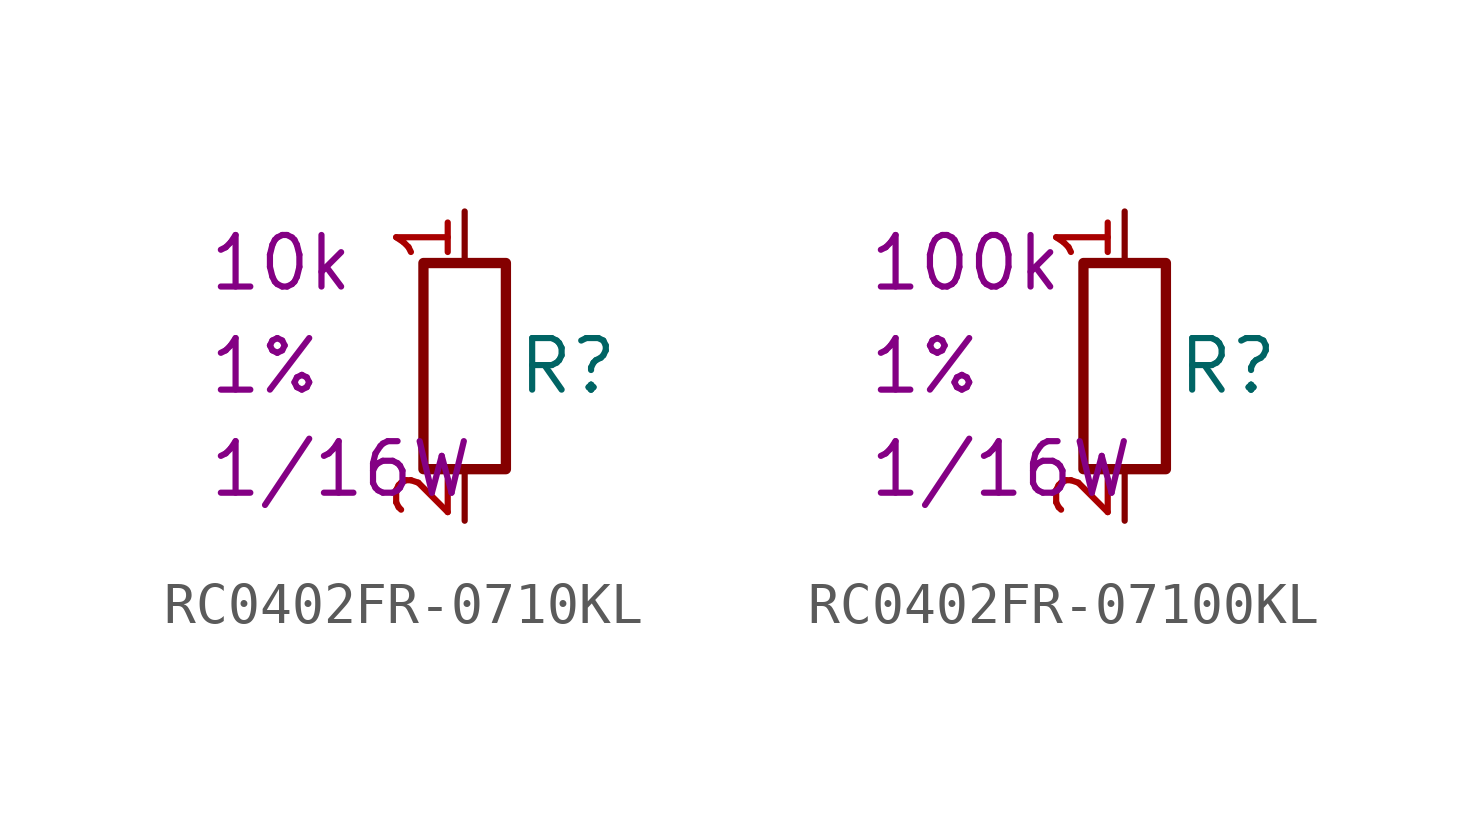
<source format=kicad_sym>
(kicad_symbol_lib
  (version 20231120)
  (generator "kicad_symbol_editor")
  (generator_version "8.0")
  (symbol "RC0402FR-0710KL"
    (property "Reference" "R"
      (at 2.54 0 0)
      (effects (font (size 1.27 1.27))))
    (property "Resistance" "10k"
      (at -6.35 2.54 0)
      (effects (font (size 1.27 1.27)) (justify left)))
    (property "Tolerance" "1%"
      (at -6.35 0 0)
      (effects (font (size 1.27 1.27)) (justify left)))
    (property "Power" "1/16W"
      (at -6.35 -2.54 0)
      (effects (font (size 1.27 1.27)) (justify left)))
    (symbol "RC0402FR-0710KL_0_1"
      (rectangle (start -1.016 -2.54) (end 1.016 2.54) (stroke (width 0.254) (type default)) (fill (type none))))
    (symbol "RC0402FR-0710KL_1_1"
      (pin unspecified line (at 0 3.81 270) (length 1.27) (name "~" (effects (font (size 1.27 1.27)))) (number "1" (effects (font (size 1.27 1.27)))))
      (pin unspecified line (at 0 -3.81 90) (length 1.27) (name "~" (effects (font (size 1.27 1.27)))) (number "2" (effects (font (size 1.27 1.27)))))))
  (symbol "RC0402FR-07100KL"
    (property "Reference" "R"
      (at 2.54 0 0)
      (effects (font (size 1.27 1.27))))
    (property "Resistance" "100k"
      (at -6.35 2.54 0)
      (effects (font (size 1.27 1.27)) (justify left)))
    (property "Tolerance" "1%"
      (at -6.35 0 0)
      (effects (font (size 1.27 1.27)) (justify left)))
    (property "Power" "1/16W"
      (at -6.35 -2.54 0)
      (effects (font (size 1.27 1.27)) (justify left)))
    (symbol "RC0402FR-07100KL_0_1"
      (rectangle (start -1.016 -2.54) (end 1.016 2.54) (stroke (width 0.254) (type default)) (fill (type none))))
    (symbol "RC0402FR-07100KL_1_1"
      (pin unspecified line (at 0 3.81 270) (length 1.27) (name "~" (effects (font (size 1.27 1.27)))) (number "1" (effects (font (size 1.27 1.27)))))
      (pin unspecified line (at 0 -3.81 90) (length 1.27) (name "~" (effects (font (size 1.27 1.27)))) (number "2" (effects (font (size 1.27 1.27))))))))
</source>
